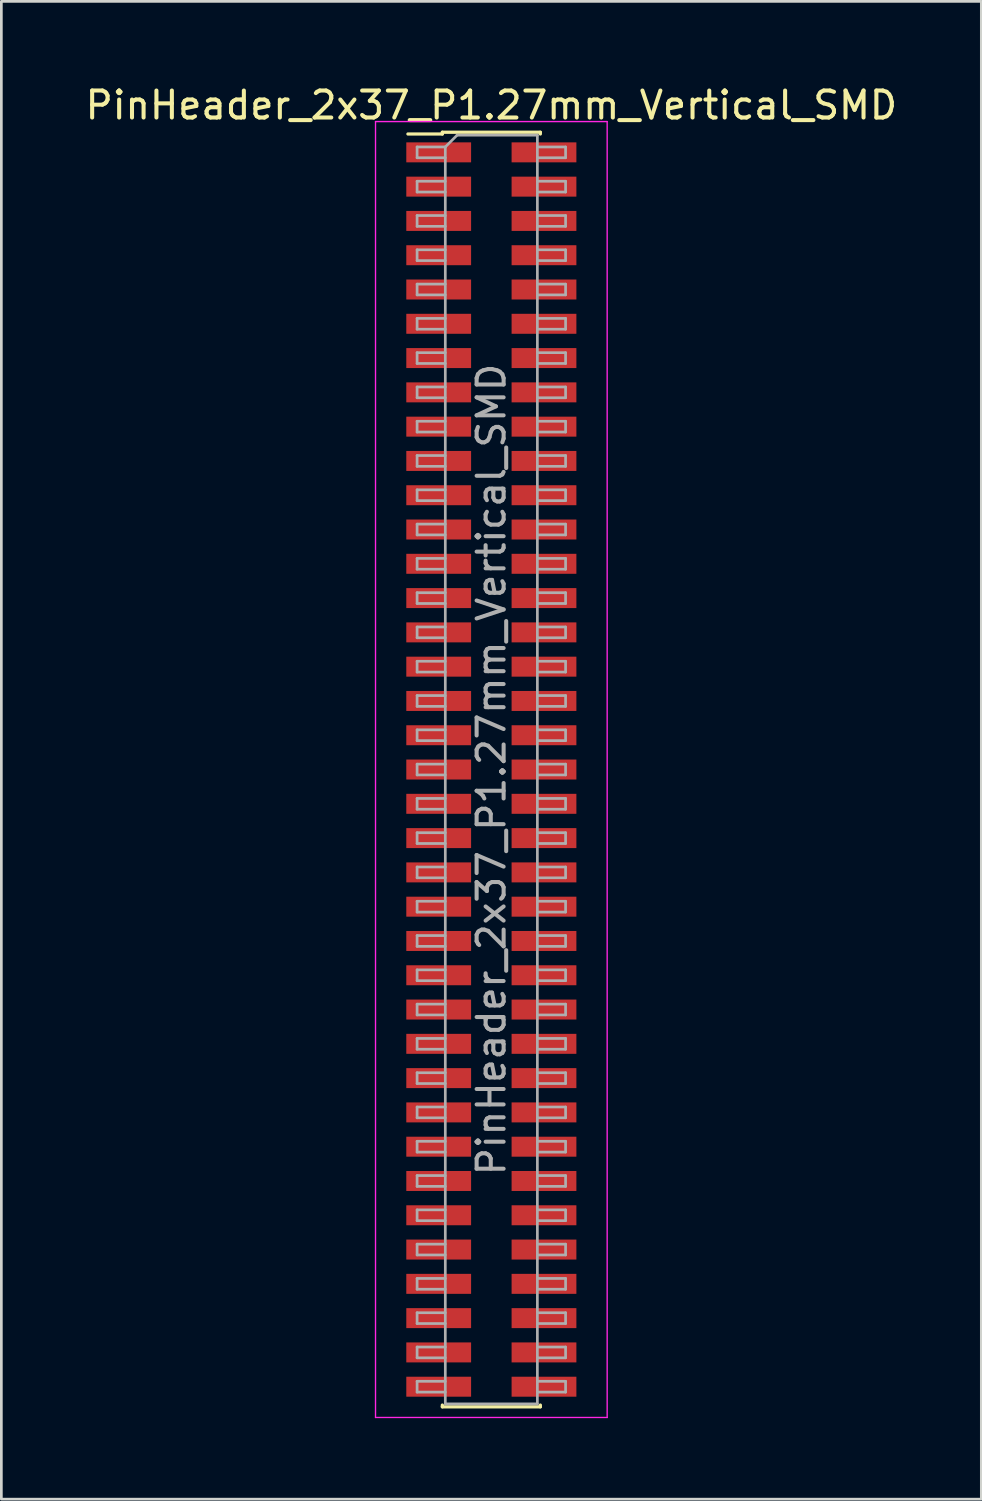
<source format=kicad_pcb>
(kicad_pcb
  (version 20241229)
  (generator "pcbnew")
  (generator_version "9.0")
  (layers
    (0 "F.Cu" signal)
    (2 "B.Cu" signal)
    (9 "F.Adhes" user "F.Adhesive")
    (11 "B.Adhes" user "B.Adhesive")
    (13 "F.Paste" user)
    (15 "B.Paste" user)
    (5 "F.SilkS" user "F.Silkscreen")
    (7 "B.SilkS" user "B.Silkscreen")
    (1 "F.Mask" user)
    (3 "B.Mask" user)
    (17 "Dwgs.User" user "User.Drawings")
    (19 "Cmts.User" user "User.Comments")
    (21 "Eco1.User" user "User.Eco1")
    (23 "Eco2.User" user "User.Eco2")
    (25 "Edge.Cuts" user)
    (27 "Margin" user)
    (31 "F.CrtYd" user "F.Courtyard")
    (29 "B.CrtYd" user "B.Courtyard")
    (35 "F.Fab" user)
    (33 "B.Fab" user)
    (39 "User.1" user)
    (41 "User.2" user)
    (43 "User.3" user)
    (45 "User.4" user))
  (footprint "PinHeader_2x37_P1.27mm_Vertical_SMD"
    (layer "F.Cu")
    (at 15.149 25.453)
    (property "Reference" "PinHeader_2x37_P1.27mm_Vertical_SMD" (at 0 -24.605 0) (layer "F.SilkS") (effects (font (size 1 1) (thickness 0.15))))
    (attr smd)
    (fp_line (start -3.09 -23.54) (end -1.815 -23.54) (stroke (width 0.12) (type solid)) (layer "F.SilkS"))
    (fp_line (start -1.815 -23.605) (end -1.815 -23.54) (stroke (width 0.12) (type solid)) (layer "F.SilkS"))
    (fp_line (start -1.815 -23.605) (end 1.815 -23.605) (stroke (width 0.12) (type solid)) (layer "F.SilkS"))
    (fp_line (start -1.815 23.54) (end -1.815 23.605) (stroke (width 0.12) (type solid)) (layer "F.SilkS"))
    (fp_line (start -1.815 23.605) (end 1.815 23.605) (stroke (width 0.12) (type solid)) (layer "F.SilkS"))
    (fp_line (start 1.815 -23.605) (end 1.815 -23.54) (stroke (width 0.12) (type solid)) (layer "F.SilkS"))
    (fp_line (start 1.815 23.54) (end 1.815 23.605) (stroke (width 0.12) (type solid)) (layer "F.SilkS"))
    (fp_line (start -4.29 -24) (end -4.29 24) (stroke (width 0.05) (type solid)) (layer "F.CrtYd"))
    (fp_line (start -4.29 24) (end 4.29 24) (stroke (width 0.05) (type solid)) (layer "F.CrtYd"))
    (fp_line (start 4.29 -24) (end -4.29 -24) (stroke (width 0.05) (type solid)) (layer "F.CrtYd"))
    (fp_line (start 4.29 24) (end 4.29 -24) (stroke (width 0.05) (type solid)) (layer "F.CrtYd"))
    (fp_line (start -2.75 -23.06) (end -2.75 -22.66) (stroke (width 0.1) (type solid)) (layer "F.Fab"))
    (fp_line (start -2.75 -22.66) (end -1.705 -22.66) (stroke (width 0.1) (type solid)) (layer "F.Fab"))
    (fp_line (start -2.75 -21.79) (end -2.75 -21.39) (stroke (width 0.1) (type solid)) (layer "F.Fab"))
    (fp_line (start -2.75 -21.39) (end -1.705 -21.39) (stroke (width 0.1) (type solid)) (layer "F.Fab"))
    (fp_line (start -2.75 -20.52) (end -2.75 -20.12) (stroke (width 0.1) (type solid)) (layer "F.Fab"))
    (fp_line (start -2.75 -20.12) (end -1.705 -20.12) (stroke (width 0.1) (type solid)) (layer "F.Fab"))
    (fp_line (start -2.75 -19.25) (end -2.75 -18.85) (stroke (width 0.1) (type solid)) (layer "F.Fab"))
    (fp_line (start -2.75 -18.85) (end -1.705 -18.85) (stroke (width 0.1) (type solid)) (layer "F.Fab"))
    (fp_line (start -2.75 -17.98) (end -2.75 -17.58) (stroke (width 0.1) (type solid)) (layer "F.Fab"))
    (fp_line (start -2.75 -17.58) (end -1.705 -17.58) (stroke (width 0.1) (type solid)) (layer "F.Fab"))
    (fp_line (start -2.75 -16.71) (end -2.75 -16.31) (stroke (width 0.1) (type solid)) (layer "F.Fab"))
    (fp_line (start -2.75 -16.31) (end -1.705 -16.31) (stroke (width 0.1) (type solid)) (layer "F.Fab"))
    (fp_line (start -2.75 -15.44) (end -2.75 -15.04) (stroke (width 0.1) (type solid)) (layer "F.Fab"))
    (fp_line (start -2.75 -15.04) (end -1.705 -15.04) (stroke (width 0.1) (type solid)) (layer "F.Fab"))
    (fp_line (start -2.75 -14.17) (end -2.75 -13.77) (stroke (width 0.1) (type solid)) (layer "F.Fab"))
    (fp_line (start -2.75 -13.77) (end -1.705 -13.77) (stroke (width 0.1) (type solid)) (layer "F.Fab"))
    (fp_line (start -2.75 -12.9) (end -2.75 -12.5) (stroke (width 0.1) (type solid)) (layer "F.Fab"))
    (fp_line (start -2.75 -12.5) (end -1.705 -12.5) (stroke (width 0.1) (type solid)) (layer "F.Fab"))
    (fp_line (start -2.75 -11.63) (end -2.75 -11.23) (stroke (width 0.1) (type solid)) (layer "F.Fab"))
    (fp_line (start -2.75 -11.23) (end -1.705 -11.23) (stroke (width 0.1) (type solid)) (layer "F.Fab"))
    (fp_line (start -2.75 -10.36) (end -2.75 -9.96) (stroke (width 0.1) (type solid)) (layer "F.Fab"))
    (fp_line (start -2.75 -9.96) (end -1.705 -9.96) (stroke (width 0.1) (type solid)) (layer "F.Fab"))
    (fp_line (start -2.75 -9.09) (end -2.75 -8.69) (stroke (width 0.1) (type solid)) (layer "F.Fab"))
    (fp_line (start -2.75 -8.69) (end -1.705 -8.69) (stroke (width 0.1) (type solid)) (layer "F.Fab"))
    (fp_line (start -2.75 -7.82) (end -2.75 -7.42) (stroke (width 0.1) (type solid)) (layer "F.Fab"))
    (fp_line (start -2.75 -7.42) (end -1.705 -7.42) (stroke (width 0.1) (type solid)) (layer "F.Fab"))
    (fp_line (start -2.75 -6.55) (end -2.75 -6.15) (stroke (width 0.1) (type solid)) (layer "F.Fab"))
    (fp_line (start -2.75 -6.15) (end -1.705 -6.15) (stroke (width 0.1) (type solid)) (layer "F.Fab"))
    (fp_line (start -2.75 -5.28) (end -2.75 -4.88) (stroke (width 0.1) (type solid)) (layer "F.Fab"))
    (fp_line (start -2.75 -4.88) (end -1.705 -4.88) (stroke (width 0.1) (type solid)) (layer "F.Fab"))
    (fp_line (start -2.75 -4.01) (end -2.75 -3.61) (stroke (width 0.1) (type solid)) (layer "F.Fab"))
    (fp_line (start -2.75 -3.61) (end -1.705 -3.61) (stroke (width 0.1) (type solid)) (layer "F.Fab"))
    (fp_line (start -2.75 -2.74) (end -2.75 -2.34) (stroke (width 0.1) (type solid)) (layer "F.Fab"))
    (fp_line (start -2.75 -2.34) (end -1.705 -2.34) (stroke (width 0.1) (type solid)) (layer "F.Fab"))
    (fp_line (start -2.75 -1.47) (end -2.75 -1.07) (stroke (width 0.1) (type solid)) (layer "F.Fab"))
    (fp_line (start -2.75 -1.07) (end -1.705 -1.07) (stroke (width 0.1) (type solid)) (layer "F.Fab"))
    (fp_line (start -2.75 -0.2) (end -2.75 0.2) (stroke (width 0.1) (type solid)) (layer "F.Fab"))
    (fp_line (start -2.75 0.2) (end -1.705 0.2) (stroke (width 0.1) (type solid)) (layer "F.Fab"))
    (fp_line (start -2.75 1.07) (end -2.75 1.47) (stroke (width 0.1) (type solid)) (layer "F.Fab"))
    (fp_line (start -2.75 1.47) (end -1.705 1.47) (stroke (width 0.1) (type solid)) (layer "F.Fab"))
    (fp_line (start -2.75 2.34) (end -2.75 2.74) (stroke (width 0.1) (type solid)) (layer "F.Fab"))
    (fp_line (start -2.75 2.74) (end -1.705 2.74) (stroke (width 0.1) (type solid)) (layer "F.Fab"))
    (fp_line (start -2.75 3.61) (end -2.75 4.01) (stroke (width 0.1) (type solid)) (layer "F.Fab"))
    (fp_line (start -2.75 4.01) (end -1.705 4.01) (stroke (width 0.1) (type solid)) (layer "F.Fab"))
    (fp_line (start -2.75 4.88) (end -2.75 5.28) (stroke (width 0.1) (type solid)) (layer "F.Fab"))
    (fp_line (start -2.75 5.28) (end -1.705 5.28) (stroke (width 0.1) (type solid)) (layer "F.Fab"))
    (fp_line (start -2.75 6.15) (end -2.75 6.55) (stroke (width 0.1) (type solid)) (layer "F.Fab"))
    (fp_line (start -2.75 6.55) (end -1.705 6.55) (stroke (width 0.1) (type solid)) (layer "F.Fab"))
    (fp_line (start -2.75 7.42) (end -2.75 7.82) (stroke (width 0.1) (type solid)) (layer "F.Fab"))
    (fp_line (start -2.75 7.82) (end -1.705 7.82) (stroke (width 0.1) (type solid)) (layer "F.Fab"))
    (fp_line (start -2.75 8.69) (end -2.75 9.09) (stroke (width 0.1) (type solid)) (layer "F.Fab"))
    (fp_line (start -2.75 9.09) (end -1.705 9.09) (stroke (width 0.1) (type solid)) (layer "F.Fab"))
    (fp_line (start -2.75 9.96) (end -2.75 10.36) (stroke (width 0.1) (type solid)) (layer "F.Fab"))
    (fp_line (start -2.75 10.36) (end -1.705 10.36) (stroke (width 0.1) (type solid)) (layer "F.Fab"))
    (fp_line (start -2.75 11.23) (end -2.75 11.63) (stroke (width 0.1) (type solid)) (layer "F.Fab"))
    (fp_line (start -2.75 11.63) (end -1.705 11.63) (stroke (width 0.1) (type solid)) (layer "F.Fab"))
    (fp_line (start -2.75 12.5) (end -2.75 12.9) (stroke (width 0.1) (type solid)) (layer "F.Fab"))
    (fp_line (start -2.75 12.9) (end -1.705 12.9) (stroke (width 0.1) (type solid)) (layer "F.Fab"))
    (fp_line (start -2.75 13.77) (end -2.75 14.17) (stroke (width 0.1) (type solid)) (layer "F.Fab"))
    (fp_line (start -2.75 14.17) (end -1.705 14.17) (stroke (width 0.1) (type solid)) (layer "F.Fab"))
    (fp_line (start -2.75 15.04) (end -2.75 15.44) (stroke (width 0.1) (type solid)) (layer "F.Fab"))
    (fp_line (start -2.75 15.44) (end -1.705 15.44) (stroke (width 0.1) (type solid)) (layer "F.Fab"))
    (fp_line (start -2.75 16.31) (end -2.75 16.71) (stroke (width 0.1) (type solid)) (layer "F.Fab"))
    (fp_line (start -2.75 16.71) (end -1.705 16.71) (stroke (width 0.1) (type solid)) (layer "F.Fab"))
    (fp_line (start -2.75 17.58) (end -2.75 17.98) (stroke (width 0.1) (type solid)) (layer "F.Fab"))
    (fp_line (start -2.75 17.98) (end -1.705 17.98) (stroke (width 0.1) (type solid)) (layer "F.Fab"))
    (fp_line (start -2.75 18.85) (end -2.75 19.25) (stroke (width 0.1) (type solid)) (layer "F.Fab"))
    (fp_line (start -2.75 19.25) (end -1.705 19.25) (stroke (width 0.1) (type solid)) (layer "F.Fab"))
    (fp_line (start -2.75 20.12) (end -2.75 20.52) (stroke (width 0.1) (type solid)) (layer "F.Fab"))
    (fp_line (start -2.75 20.52) (end -1.705 20.52) (stroke (width 0.1) (type solid)) (layer "F.Fab"))
    (fp_line (start -2.75 21.39) (end -2.75 21.79) (stroke (width 0.1) (type solid)) (layer "F.Fab"))
    (fp_line (start -2.75 21.79) (end -1.705 21.79) (stroke (width 0.1) (type solid)) (layer "F.Fab"))
    (fp_line (start -2.75 22.66) (end -2.75 23.06) (stroke (width 0.1) (type solid)) (layer "F.Fab"))
    (fp_line (start -2.75 23.06) (end -1.705 23.06) (stroke (width 0.1) (type solid)) (layer "F.Fab"))
    (fp_line (start -1.705 -23.06) (end -2.75 -23.06) (stroke (width 0.1) (type solid)) (layer "F.Fab"))
    (fp_line (start -1.705 -23.06) (end -1.27 -23.495) (stroke (width 0.1) (type solid)) (layer "F.Fab"))
    (fp_line (start -1.705 -21.79) (end -2.75 -21.79) (stroke (width 0.1) (type solid)) (layer "F.Fab"))
    (fp_line (start -1.705 -20.52) (end -2.75 -20.52) (stroke (width 0.1) (type solid)) (layer "F.Fab"))
    (fp_line (start -1.705 -19.25) (end -2.75 -19.25) (stroke (width 0.1) (type solid)) (layer "F.Fab"))
    (fp_line (start -1.705 -17.98) (end -2.75 -17.98) (stroke (width 0.1) (type solid)) (layer "F.Fab"))
    (fp_line (start -1.705 -16.71) (end -2.75 -16.71) (stroke (width 0.1) (type solid)) (layer "F.Fab"))
    (fp_line (start -1.705 -15.44) (end -2.75 -15.44) (stroke (width 0.1) (type solid)) (layer "F.Fab"))
    (fp_line (start -1.705 -14.17) (end -2.75 -14.17) (stroke (width 0.1) (type solid)) (layer "F.Fab"))
    (fp_line (start -1.705 -12.9) (end -2.75 -12.9) (stroke (width 0.1) (type solid)) (layer "F.Fab"))
    (fp_line (start -1.705 -11.63) (end -2.75 -11.63) (stroke (width 0.1) (type solid)) (layer "F.Fab"))
    (fp_line (start -1.705 -10.36) (end -2.75 -10.36) (stroke (width 0.1) (type solid)) (layer "F.Fab"))
    (fp_line (start -1.705 -9.09) (end -2.75 -9.09) (stroke (width 0.1) (type solid)) (layer "F.Fab"))
    (fp_line (start -1.705 -7.82) (end -2.75 -7.82) (stroke (width 0.1) (type solid)) (layer "F.Fab"))
    (fp_line (start -1.705 -6.55) (end -2.75 -6.55) (stroke (width 0.1) (type solid)) (layer "F.Fab"))
    (fp_line (start -1.705 -5.28) (end -2.75 -5.28) (stroke (width 0.1) (type solid)) (layer "F.Fab"))
    (fp_line (start -1.705 -4.01) (end -2.75 -4.01) (stroke (width 0.1) (type solid)) (layer "F.Fab"))
    (fp_line (start -1.705 -2.74) (end -2.75 -2.74) (stroke (width 0.1) (type solid)) (layer "F.Fab"))
    (fp_line (start -1.705 -1.47) (end -2.75 -1.47) (stroke (width 0.1) (type solid)) (layer "F.Fab"))
    (fp_line (start -1.705 -0.2) (end -2.75 -0.2) (stroke (width 0.1) (type solid)) (layer "F.Fab"))
    (fp_line (start -1.705 1.07) (end -2.75 1.07) (stroke (width 0.1) (type solid)) (layer "F.Fab"))
    (fp_line (start -1.705 2.34) (end -2.75 2.34) (stroke (width 0.1) (type solid)) (layer "F.Fab"))
    (fp_line (start -1.705 3.61) (end -2.75 3.61) (stroke (width 0.1) (type solid)) (layer "F.Fab"))
    (fp_line (start -1.705 4.88) (end -2.75 4.88) (stroke (width 0.1) (type solid)) (layer "F.Fab"))
    (fp_line (start -1.705 6.15) (end -2.75 6.15) (stroke (width 0.1) (type solid)) (layer "F.Fab"))
    (fp_line (start -1.705 7.42) (end -2.75 7.42) (stroke (width 0.1) (type solid)) (layer "F.Fab"))
    (fp_line (start -1.705 8.69) (end -2.75 8.69) (stroke (width 0.1) (type solid)) (layer "F.Fab"))
    (fp_line (start -1.705 9.96) (end -2.75 9.96) (stroke (width 0.1) (type solid)) (layer "F.Fab"))
    (fp_line (start -1.705 11.23) (end -2.75 11.23) (stroke (width 0.1) (type solid)) (layer "F.Fab"))
    (fp_line (start -1.705 12.5) (end -2.75 12.5) (stroke (width 0.1) (type solid)) (layer "F.Fab"))
    (fp_line (start -1.705 13.77) (end -2.75 13.77) (stroke (width 0.1) (type solid)) (layer "F.Fab"))
    (fp_line (start -1.705 15.04) (end -2.75 15.04) (stroke (width 0.1) (type solid)) (layer "F.Fab"))
    (fp_line (start -1.705 16.31) (end -2.75 16.31) (stroke (width 0.1) (type solid)) (layer "F.Fab"))
    (fp_line (start -1.705 17.58) (end -2.75 17.58) (stroke (width 0.1) (type solid)) (layer "F.Fab"))
    (fp_line (start -1.705 18.85) (end -2.75 18.85) (stroke (width 0.1) (type solid)) (layer "F.Fab"))
    (fp_line (start -1.705 20.12) (end -2.75 20.12) (stroke (width 0.1) (type solid)) (layer "F.Fab"))
    (fp_line (start -1.705 21.39) (end -2.75 21.39) (stroke (width 0.1) (type solid)) (layer "F.Fab"))
    (fp_line (start -1.705 22.66) (end -2.75 22.66) (stroke (width 0.1) (type solid)) (layer "F.Fab"))
    (fp_line (start -1.705 23.495) (end -1.705 -23.06) (stroke (width 0.1) (type solid)) (layer "F.Fab"))
    (fp_line (start -1.27 -23.495) (end 1.705 -23.495) (stroke (width 0.1) (type solid)) (layer "F.Fab"))
    (fp_line (start 1.705 -23.495) (end 1.705 23.495) (stroke (width 0.1) (type solid)) (layer "F.Fab"))
    (fp_line (start 1.705 -23.06) (end 2.75 -23.06) (stroke (width 0.1) (type solid)) (layer "F.Fab"))
    (fp_line (start 1.705 -21.79) (end 2.75 -21.79) (stroke (width 0.1) (type solid)) (layer "F.Fab"))
    (fp_line (start 1.705 -20.52) (end 2.75 -20.52) (stroke (width 0.1) (type solid)) (layer "F.Fab"))
    (fp_line (start 1.705 -19.25) (end 2.75 -19.25) (stroke (width 0.1) (type solid)) (layer "F.Fab"))
    (fp_line (start 1.705 -17.98) (end 2.75 -17.98) (stroke (width 0.1) (type solid)) (layer "F.Fab"))
    (fp_line (start 1.705 -16.71) (end 2.75 -16.71) (stroke (width 0.1) (type solid)) (layer "F.Fab"))
    (fp_line (start 1.705 -15.44) (end 2.75 -15.44) (stroke (width 0.1) (type solid)) (layer "F.Fab"))
    (fp_line (start 1.705 -14.17) (end 2.75 -14.17) (stroke (width 0.1) (type solid)) (layer "F.Fab"))
    (fp_line (start 1.705 -12.9) (end 2.75 -12.9) (stroke (width 0.1) (type solid)) (layer "F.Fab"))
    (fp_line (start 1.705 -11.63) (end 2.75 -11.63) (stroke (width 0.1) (type solid)) (layer "F.Fab"))
    (fp_line (start 1.705 -10.36) (end 2.75 -10.36) (stroke (width 0.1) (type solid)) (layer "F.Fab"))
    (fp_line (start 1.705 -9.09) (end 2.75 -9.09) (stroke (width 0.1) (type solid)) (layer "F.Fab"))
    (fp_line (start 1.705 -7.82) (end 2.75 -7.82) (stroke (width 0.1) (type solid)) (layer "F.Fab"))
    (fp_line (start 1.705 -6.55) (end 2.75 -6.55) (stroke (width 0.1) (type solid)) (layer "F.Fab"))
    (fp_line (start 1.705 -5.28) (end 2.75 -5.28) (stroke (width 0.1) (type solid)) (layer "F.Fab"))
    (fp_line (start 1.705 -4.01) (end 2.75 -4.01) (stroke (width 0.1) (type solid)) (layer "F.Fab"))
    (fp_line (start 1.705 -2.74) (end 2.75 -2.74) (stroke (width 0.1) (type solid)) (layer "F.Fab"))
    (fp_line (start 1.705 -1.47) (end 2.75 -1.47) (stroke (width 0.1) (type solid)) (layer "F.Fab"))
    (fp_line (start 1.705 -0.2) (end 2.75 -0.2) (stroke (width 0.1) (type solid)) (layer "F.Fab"))
    (fp_line (start 1.705 1.07) (end 2.75 1.07) (stroke (width 0.1) (type solid)) (layer "F.Fab"))
    (fp_line (start 1.705 2.34) (end 2.75 2.34) (stroke (width 0.1) (type solid)) (layer "F.Fab"))
    (fp_line (start 1.705 3.61) (end 2.75 3.61) (stroke (width 0.1) (type solid)) (layer "F.Fab"))
    (fp_line (start 1.705 4.88) (end 2.75 4.88) (stroke (width 0.1) (type solid)) (layer "F.Fab"))
    (fp_line (start 1.705 6.15) (end 2.75 6.15) (stroke (width 0.1) (type solid)) (layer "F.Fab"))
    (fp_line (start 1.705 7.42) (end 2.75 7.42) (stroke (width 0.1) (type solid)) (layer "F.Fab"))
    (fp_line (start 1.705 8.69) (end 2.75 8.69) (stroke (width 0.1) (type solid)) (layer "F.Fab"))
    (fp_line (start 1.705 9.96) (end 2.75 9.96) (stroke (width 0.1) (type solid)) (layer "F.Fab"))
    (fp_line (start 1.705 11.23) (end 2.75 11.23) (stroke (width 0.1) (type solid)) (layer "F.Fab"))
    (fp_line (start 1.705 12.5) (end 2.75 12.5) (stroke (width 0.1) (type solid)) (layer "F.Fab"))
    (fp_line (start 1.705 13.77) (end 2.75 13.77) (stroke (width 0.1) (type solid)) (layer "F.Fab"))
    (fp_line (start 1.705 15.04) (end 2.75 15.04) (stroke (width 0.1) (type solid)) (layer "F.Fab"))
    (fp_line (start 1.705 16.31) (end 2.75 16.31) (stroke (width 0.1) (type solid)) (layer "F.Fab"))
    (fp_line (start 1.705 17.58) (end 2.75 17.58) (stroke (width 0.1) (type solid)) (layer "F.Fab"))
    (fp_line (start 1.705 18.85) (end 2.75 18.85) (stroke (width 0.1) (type solid)) (layer "F.Fab"))
    (fp_line (start 1.705 20.12) (end 2.75 20.12) (stroke (width 0.1) (type solid)) (layer "F.Fab"))
    (fp_line (start 1.705 21.39) (end 2.75 21.39) (stroke (width 0.1) (type solid)) (layer "F.Fab"))
    (fp_line (start 1.705 22.66) (end 2.75 22.66) (stroke (width 0.1) (type solid)) (layer "F.Fab"))
    (fp_line (start 1.705 23.495) (end -1.705 23.495) (stroke (width 0.1) (type solid)) (layer "F.Fab"))
    (fp_line (start 2.75 -23.06) (end 2.75 -22.66) (stroke (width 0.1) (type solid)) (layer "F.Fab"))
    (fp_line (start 2.75 -22.66) (end 1.705 -22.66) (stroke (width 0.1) (type solid)) (layer "F.Fab"))
    (fp_line (start 2.75 -21.79) (end 2.75 -21.39) (stroke (width 0.1) (type solid)) (layer "F.Fab"))
    (fp_line (start 2.75 -21.39) (end 1.705 -21.39) (stroke (width 0.1) (type solid)) (layer "F.Fab"))
    (fp_line (start 2.75 -20.52) (end 2.75 -20.12) (stroke (width 0.1) (type solid)) (layer "F.Fab"))
    (fp_line (start 2.75 -20.12) (end 1.705 -20.12) (stroke (width 0.1) (type solid)) (layer "F.Fab"))
    (fp_line (start 2.75 -19.25) (end 2.75 -18.85) (stroke (width 0.1) (type solid)) (layer "F.Fab"))
    (fp_line (start 2.75 -18.85) (end 1.705 -18.85) (stroke (width 0.1) (type solid)) (layer "F.Fab"))
    (fp_line (start 2.75 -17.98) (end 2.75 -17.58) (stroke (width 0.1) (type solid)) (layer "F.Fab"))
    (fp_line (start 2.75 -17.58) (end 1.705 -17.58) (stroke (width 0.1) (type solid)) (layer "F.Fab"))
    (fp_line (start 2.75 -16.71) (end 2.75 -16.31) (stroke (width 0.1) (type solid)) (layer "F.Fab"))
    (fp_line (start 2.75 -16.31) (end 1.705 -16.31) (stroke (width 0.1) (type solid)) (layer "F.Fab"))
    (fp_line (start 2.75 -15.44) (end 2.75 -15.04) (stroke (width 0.1) (type solid)) (layer "F.Fab"))
    (fp_line (start 2.75 -15.04) (end 1.705 -15.04) (stroke (width 0.1) (type solid)) (layer "F.Fab"))
    (fp_line (start 2.75 -14.17) (end 2.75 -13.77) (stroke (width 0.1) (type solid)) (layer "F.Fab"))
    (fp_line (start 2.75 -13.77) (end 1.705 -13.77) (stroke (width 0.1) (type solid)) (layer "F.Fab"))
    (fp_line (start 2.75 -12.9) (end 2.75 -12.5) (stroke (width 0.1) (type solid)) (layer "F.Fab"))
    (fp_line (start 2.75 -12.5) (end 1.705 -12.5) (stroke (width 0.1) (type solid)) (layer "F.Fab"))
    (fp_line (start 2.75 -11.63) (end 2.75 -11.23) (stroke (width 0.1) (type solid)) (layer "F.Fab"))
    (fp_line (start 2.75 -11.23) (end 1.705 -11.23) (stroke (width 0.1) (type solid)) (layer "F.Fab"))
    (fp_line (start 2.75 -10.36) (end 2.75 -9.96) (stroke (width 0.1) (type solid)) (layer "F.Fab"))
    (fp_line (start 2.75 -9.96) (end 1.705 -9.96) (stroke (width 0.1) (type solid)) (layer "F.Fab"))
    (fp_line (start 2.75 -9.09) (end 2.75 -8.69) (stroke (width 0.1) (type solid)) (layer "F.Fab"))
    (fp_line (start 2.75 -8.69) (end 1.705 -8.69) (stroke (width 0.1) (type solid)) (layer "F.Fab"))
    (fp_line (start 2.75 -7.82) (end 2.75 -7.42) (stroke (width 0.1) (type solid)) (layer "F.Fab"))
    (fp_line (start 2.75 -7.42) (end 1.705 -7.42) (stroke (width 0.1) (type solid)) (layer "F.Fab"))
    (fp_line (start 2.75 -6.55) (end 2.75 -6.15) (stroke (width 0.1) (type solid)) (layer "F.Fab"))
    (fp_line (start 2.75 -6.15) (end 1.705 -6.15) (stroke (width 0.1) (type solid)) (layer "F.Fab"))
    (fp_line (start 2.75 -5.28) (end 2.75 -4.88) (stroke (width 0.1) (type solid)) (layer "F.Fab"))
    (fp_line (start 2.75 -4.88) (end 1.705 -4.88) (stroke (width 0.1) (type solid)) (layer "F.Fab"))
    (fp_line (start 2.75 -4.01) (end 2.75 -3.61) (stroke (width 0.1) (type solid)) (layer "F.Fab"))
    (fp_line (start 2.75 -3.61) (end 1.705 -3.61) (stroke (width 0.1) (type solid)) (layer "F.Fab"))
    (fp_line (start 2.75 -2.74) (end 2.75 -2.34) (stroke (width 0.1) (type solid)) (layer "F.Fab"))
    (fp_line (start 2.75 -2.34) (end 1.705 -2.34) (stroke (width 0.1) (type solid)) (layer "F.Fab"))
    (fp_line (start 2.75 -1.47) (end 2.75 -1.07) (stroke (width 0.1) (type solid)) (layer "F.Fab"))
    (fp_line (start 2.75 -1.07) (end 1.705 -1.07) (stroke (width 0.1) (type solid)) (layer "F.Fab"))
    (fp_line (start 2.75 -0.2) (end 2.75 0.2) (stroke (width 0.1) (type solid)) (layer "F.Fab"))
    (fp_line (start 2.75 0.2) (end 1.705 0.2) (stroke (width 0.1) (type solid)) (layer "F.Fab"))
    (fp_line (start 2.75 1.07) (end 2.75 1.47) (stroke (width 0.1) (type solid)) (layer "F.Fab"))
    (fp_line (start 2.75 1.47) (end 1.705 1.47) (stroke (width 0.1) (type solid)) (layer "F.Fab"))
    (fp_line (start 2.75 2.34) (end 2.75 2.74) (stroke (width 0.1) (type solid)) (layer "F.Fab"))
    (fp_line (start 2.75 2.74) (end 1.705 2.74) (stroke (width 0.1) (type solid)) (layer "F.Fab"))
    (fp_line (start 2.75 3.61) (end 2.75 4.01) (stroke (width 0.1) (type solid)) (layer "F.Fab"))
    (fp_line (start 2.75 4.01) (end 1.705 4.01) (stroke (width 0.1) (type solid)) (layer "F.Fab"))
    (fp_line (start 2.75 4.88) (end 2.75 5.28) (stroke (width 0.1) (type solid)) (layer "F.Fab"))
    (fp_line (start 2.75 5.28) (end 1.705 5.28) (stroke (width 0.1) (type solid)) (layer "F.Fab"))
    (fp_line (start 2.75 6.15) (end 2.75 6.55) (stroke (width 0.1) (type solid)) (layer "F.Fab"))
    (fp_line (start 2.75 6.55) (end 1.705 6.55) (stroke (width 0.1) (type solid)) (layer "F.Fab"))
    (fp_line (start 2.75 7.42) (end 2.75 7.82) (stroke (width 0.1) (type solid)) (layer "F.Fab"))
    (fp_line (start 2.75 7.82) (end 1.705 7.82) (stroke (width 0.1) (type solid)) (layer "F.Fab"))
    (fp_line (start 2.75 8.69) (end 2.75 9.09) (stroke (width 0.1) (type solid)) (layer "F.Fab"))
    (fp_line (start 2.75 9.09) (end 1.705 9.09) (stroke (width 0.1) (type solid)) (layer "F.Fab"))
    (fp_line (start 2.75 9.96) (end 2.75 10.36) (stroke (width 0.1) (type solid)) (layer "F.Fab"))
    (fp_line (start 2.75 10.36) (end 1.705 10.36) (stroke (width 0.1) (type solid)) (layer "F.Fab"))
    (fp_line (start 2.75 11.23) (end 2.75 11.63) (stroke (width 0.1) (type solid)) (layer "F.Fab"))
    (fp_line (start 2.75 11.63) (end 1.705 11.63) (stroke (width 0.1) (type solid)) (layer "F.Fab"))
    (fp_line (start 2.75 12.5) (end 2.75 12.9) (stroke (width 0.1) (type solid)) (layer "F.Fab"))
    (fp_line (start 2.75 12.9) (end 1.705 12.9) (stroke (width 0.1) (type solid)) (layer "F.Fab"))
    (fp_line (start 2.75 13.77) (end 2.75 14.17) (stroke (width 0.1) (type solid)) (layer "F.Fab"))
    (fp_line (start 2.75 14.17) (end 1.705 14.17) (stroke (width 0.1) (type solid)) (layer "F.Fab"))
    (fp_line (start 2.75 15.04) (end 2.75 15.44) (stroke (width 0.1) (type solid)) (layer "F.Fab"))
    (fp_line (start 2.75 15.44) (end 1.705 15.44) (stroke (width 0.1) (type solid)) (layer "F.Fab"))
    (fp_line (start 2.75 16.31) (end 2.75 16.71) (stroke (width 0.1) (type solid)) (layer "F.Fab"))
    (fp_line (start 2.75 16.71) (end 1.705 16.71) (stroke (width 0.1) (type solid)) (layer "F.Fab"))
    (fp_line (start 2.75 17.58) (end 2.75 17.98) (stroke (width 0.1) (type solid)) (layer "F.Fab"))
    (fp_line (start 2.75 17.98) (end 1.705 17.98) (stroke (width 0.1) (type solid)) (layer "F.Fab"))
    (fp_line (start 2.75 18.85) (end 2.75 19.25) (stroke (width 0.1) (type solid)) (layer "F.Fab"))
    (fp_line (start 2.75 19.25) (end 1.705 19.25) (stroke (width 0.1) (type solid)) (layer "F.Fab"))
    (fp_line (start 2.75 20.12) (end 2.75 20.52) (stroke (width 0.1) (type solid)) (layer "F.Fab"))
    (fp_line (start 2.75 20.52) (end 1.705 20.52) (stroke (width 0.1) (type solid)) (layer "F.Fab"))
    (fp_line (start 2.75 21.39) (end 2.75 21.79) (stroke (width 0.1) (type solid)) (layer "F.Fab"))
    (fp_line (start 2.75 21.79) (end 1.705 21.79) (stroke (width 0.1) (type solid)) (layer "F.Fab"))
    (fp_line (start 2.75 22.66) (end 2.75 23.06) (stroke (width 0.1) (type solid)) (layer "F.Fab"))
    (fp_line (start 2.75 23.06) (end 1.705 23.06) (stroke (width 0.1) (type solid)) (layer "F.Fab"))
    (fp_text user "${REFERENCE}" (at 0 0 90) (layer "F.Fab") (effects (font (size 1 1) (thickness 0.15))))
    (pad "1" smd rect (at -1.95 -22.86) (size 2.4 0.74) (layers "F.Cu" "F.Mask" "F.Paste"))
    (pad "2" smd rect (at 1.95 -22.86) (size 2.4 0.74) (layers "F.Cu" "F.Mask" "F.Paste"))
    (pad "3" smd rect (at -1.95 -21.59) (size 2.4 0.74) (layers "F.Cu" "F.Mask" "F.Paste"))
    (pad "4" smd rect (at 1.95 -21.59) (size 2.4 0.74) (layers "F.Cu" "F.Mask" "F.Paste"))
    (pad "5" smd rect (at -1.95 -20.32) (size 2.4 0.74) (layers "F.Cu" "F.Mask" "F.Paste"))
    (pad "6" smd rect (at 1.95 -20.32) (size 2.4 0.74) (layers "F.Cu" "F.Mask" "F.Paste"))
    (pad "7" smd rect (at -1.95 -19.05) (size 2.4 0.74) (layers "F.Cu" "F.Mask" "F.Paste"))
    (pad "8" smd rect (at 1.95 -19.05) (size 2.4 0.74) (layers "F.Cu" "F.Mask" "F.Paste"))
    (pad "9" smd rect (at -1.95 -17.78) (size 2.4 0.74) (layers "F.Cu" "F.Mask" "F.Paste"))
    (pad "10" smd rect (at 1.95 -17.78) (size 2.4 0.74) (layers "F.Cu" "F.Mask" "F.Paste"))
    (pad "11" smd rect (at -1.95 -16.51) (size 2.4 0.74) (layers "F.Cu" "F.Mask" "F.Paste"))
    (pad "12" smd rect (at 1.95 -16.51) (size 2.4 0.74) (layers "F.Cu" "F.Mask" "F.Paste"))
    (pad "13" smd rect (at -1.95 -15.24) (size 2.4 0.74) (layers "F.Cu" "F.Mask" "F.Paste"))
    (pad "14" smd rect (at 1.95 -15.24) (size 2.4 0.74) (layers "F.Cu" "F.Mask" "F.Paste"))
    (pad "15" smd rect (at -1.95 -13.97) (size 2.4 0.74) (layers "F.Cu" "F.Mask" "F.Paste"))
    (pad "16" smd rect (at 1.95 -13.97) (size 2.4 0.74) (layers "F.Cu" "F.Mask" "F.Paste"))
    (pad "17" smd rect (at -1.95 -12.7) (size 2.4 0.74) (layers "F.Cu" "F.Mask" "F.Paste"))
    (pad "18" smd rect (at 1.95 -12.7) (size 2.4 0.74) (layers "F.Cu" "F.Mask" "F.Paste"))
    (pad "19" smd rect (at -1.95 -11.43) (size 2.4 0.74) (layers "F.Cu" "F.Mask" "F.Paste"))
    (pad "20" smd rect (at 1.95 -11.43) (size 2.4 0.74) (layers "F.Cu" "F.Mask" "F.Paste"))
    (pad "21" smd rect (at -1.95 -10.16) (size 2.4 0.74) (layers "F.Cu" "F.Mask" "F.Paste"))
    (pad "22" smd rect (at 1.95 -10.16) (size 2.4 0.74) (layers "F.Cu" "F.Mask" "F.Paste"))
    (pad "23" smd rect (at -1.95 -8.89) (size 2.4 0.74) (layers "F.Cu" "F.Mask" "F.Paste"))
    (pad "24" smd rect (at 1.95 -8.89) (size 2.4 0.74) (layers "F.Cu" "F.Mask" "F.Paste"))
    (pad "25" smd rect (at -1.95 -7.62) (size 2.4 0.74) (layers "F.Cu" "F.Mask" "F.Paste"))
    (pad "26" smd rect (at 1.95 -7.62) (size 2.4 0.74) (layers "F.Cu" "F.Mask" "F.Paste"))
    (pad "27" smd rect (at -1.95 -6.35) (size 2.4 0.74) (layers "F.Cu" "F.Mask" "F.Paste"))
    (pad "28" smd rect (at 1.95 -6.35) (size 2.4 0.74) (layers "F.Cu" "F.Mask" "F.Paste"))
    (pad "29" smd rect (at -1.95 -5.08) (size 2.4 0.74) (layers "F.Cu" "F.Mask" "F.Paste"))
    (pad "30" smd rect (at 1.95 -5.08) (size 2.4 0.74) (layers "F.Cu" "F.Mask" "F.Paste"))
    (pad "31" smd rect (at -1.95 -3.81) (size 2.4 0.74) (layers "F.Cu" "F.Mask" "F.Paste"))
    (pad "32" smd rect (at 1.95 -3.81) (size 2.4 0.74) (layers "F.Cu" "F.Mask" "F.Paste"))
    (pad "33" smd rect (at -1.95 -2.54) (size 2.4 0.74) (layers "F.Cu" "F.Mask" "F.Paste"))
    (pad "34" smd rect (at 1.95 -2.54) (size 2.4 0.74) (layers "F.Cu" "F.Mask" "F.Paste"))
    (pad "35" smd rect (at -1.95 -1.27) (size 2.4 0.74) (layers "F.Cu" "F.Mask" "F.Paste"))
    (pad "36" smd rect (at 1.95 -1.27) (size 2.4 0.74) (layers "F.Cu" "F.Mask" "F.Paste"))
    (pad "37" smd rect (at -1.95 0) (size 2.4 0.74) (layers "F.Cu" "F.Mask" "F.Paste"))
    (pad "38" smd rect (at 1.95 0) (size 2.4 0.74) (layers "F.Cu" "F.Mask" "F.Paste"))
    (pad "39" smd rect (at -1.95 1.27) (size 2.4 0.74) (layers "F.Cu" "F.Mask" "F.Paste"))
    (pad "40" smd rect (at 1.95 1.27) (size 2.4 0.74) (layers "F.Cu" "F.Mask" "F.Paste"))
    (pad "41" smd rect (at -1.95 2.54) (size 2.4 0.74) (layers "F.Cu" "F.Mask" "F.Paste"))
    (pad "42" smd rect (at 1.95 2.54) (size 2.4 0.74) (layers "F.Cu" "F.Mask" "F.Paste"))
    (pad "43" smd rect (at -1.95 3.81) (size 2.4 0.74) (layers "F.Cu" "F.Mask" "F.Paste"))
    (pad "44" smd rect (at 1.95 3.81) (size 2.4 0.74) (layers "F.Cu" "F.Mask" "F.Paste"))
    (pad "45" smd rect (at -1.95 5.08) (size 2.4 0.74) (layers "F.Cu" "F.Mask" "F.Paste"))
    (pad "46" smd rect (at 1.95 5.08) (size 2.4 0.74) (layers "F.Cu" "F.Mask" "F.Paste"))
    (pad "47" smd rect (at -1.95 6.35) (size 2.4 0.74) (layers "F.Cu" "F.Mask" "F.Paste"))
    (pad "48" smd rect (at 1.95 6.35) (size 2.4 0.74) (layers "F.Cu" "F.Mask" "F.Paste"))
    (pad "49" smd rect (at -1.95 7.62) (size 2.4 0.74) (layers "F.Cu" "F.Mask" "F.Paste"))
    (pad "50" smd rect (at 1.95 7.62) (size 2.4 0.74) (layers "F.Cu" "F.Mask" "F.Paste"))
    (pad "51" smd rect (at -1.95 8.89) (size 2.4 0.74) (layers "F.Cu" "F.Mask" "F.Paste"))
    (pad "52" smd rect (at 1.95 8.89) (size 2.4 0.74) (layers "F.Cu" "F.Mask" "F.Paste"))
    (pad "53" smd rect (at -1.95 10.16) (size 2.4 0.74) (layers "F.Cu" "F.Mask" "F.Paste"))
    (pad "54" smd rect (at 1.95 10.16) (size 2.4 0.74) (layers "F.Cu" "F.Mask" "F.Paste"))
    (pad "55" smd rect (at -1.95 11.43) (size 2.4 0.74) (layers "F.Cu" "F.Mask" "F.Paste"))
    (pad "56" smd rect (at 1.95 11.43) (size 2.4 0.74) (layers "F.Cu" "F.Mask" "F.Paste"))
    (pad "57" smd rect (at -1.95 12.7) (size 2.4 0.74) (layers "F.Cu" "F.Mask" "F.Paste"))
    (pad "58" smd rect (at 1.95 12.7) (size 2.4 0.74) (layers "F.Cu" "F.Mask" "F.Paste"))
    (pad "59" smd rect (at -1.95 13.97) (size 2.4 0.74) (layers "F.Cu" "F.Mask" "F.Paste"))
    (pad "60" smd rect (at 1.95 13.97) (size 2.4 0.74) (layers "F.Cu" "F.Mask" "F.Paste"))
    (pad "61" smd rect (at -1.95 15.24) (size 2.4 0.74) (layers "F.Cu" "F.Mask" "F.Paste"))
    (pad "62" smd rect (at 1.95 15.24) (size 2.4 0.74) (layers "F.Cu" "F.Mask" "F.Paste"))
    (pad "63" smd rect (at -1.95 16.51) (size 2.4 0.74) (layers "F.Cu" "F.Mask" "F.Paste"))
    (pad "64" smd rect (at 1.95 16.51) (size 2.4 0.74) (layers "F.Cu" "F.Mask" "F.Paste"))
    (pad "65" smd rect (at -1.95 17.78) (size 2.4 0.74) (layers "F.Cu" "F.Mask" "F.Paste"))
    (pad "66" smd rect (at 1.95 17.78) (size 2.4 0.74) (layers "F.Cu" "F.Mask" "F.Paste"))
    (pad "67" smd rect (at -1.95 19.05) (size 2.4 0.74) (layers "F.Cu" "F.Mask" "F.Paste"))
    (pad "68" smd rect (at 1.95 19.05) (size 2.4 0.74) (layers "F.Cu" "F.Mask" "F.Paste"))
    (pad "69" smd rect (at -1.95 20.32) (size 2.4 0.74) (layers "F.Cu" "F.Mask" "F.Paste"))
    (pad "70" smd rect (at 1.95 20.32) (size 2.4 0.74) (layers "F.Cu" "F.Mask" "F.Paste"))
    (pad "71" smd rect (at -1.95 21.59) (size 2.4 0.74) (layers "F.Cu" "F.Mask" "F.Paste"))
    (pad "72" smd rect (at 1.95 21.59) (size 2.4 0.74) (layers "F.Cu" "F.Mask" "F.Paste"))
    (pad "73" smd rect (at -1.95 22.86) (size 2.4 0.74) (layers "F.Cu" "F.Mask" "F.Paste"))
    (pad "74" smd rect (at 1.95 22.86) (size 2.4 0.74) (layers "F.Cu" "F.Mask" "F.Paste")))
  (gr_rect
    (start -3 -3)
    (end 33.298 52.478)
    (stroke (width 0.1) (type default))
    (fill no)
    (layer "Edge.Cuts")))
</source>
